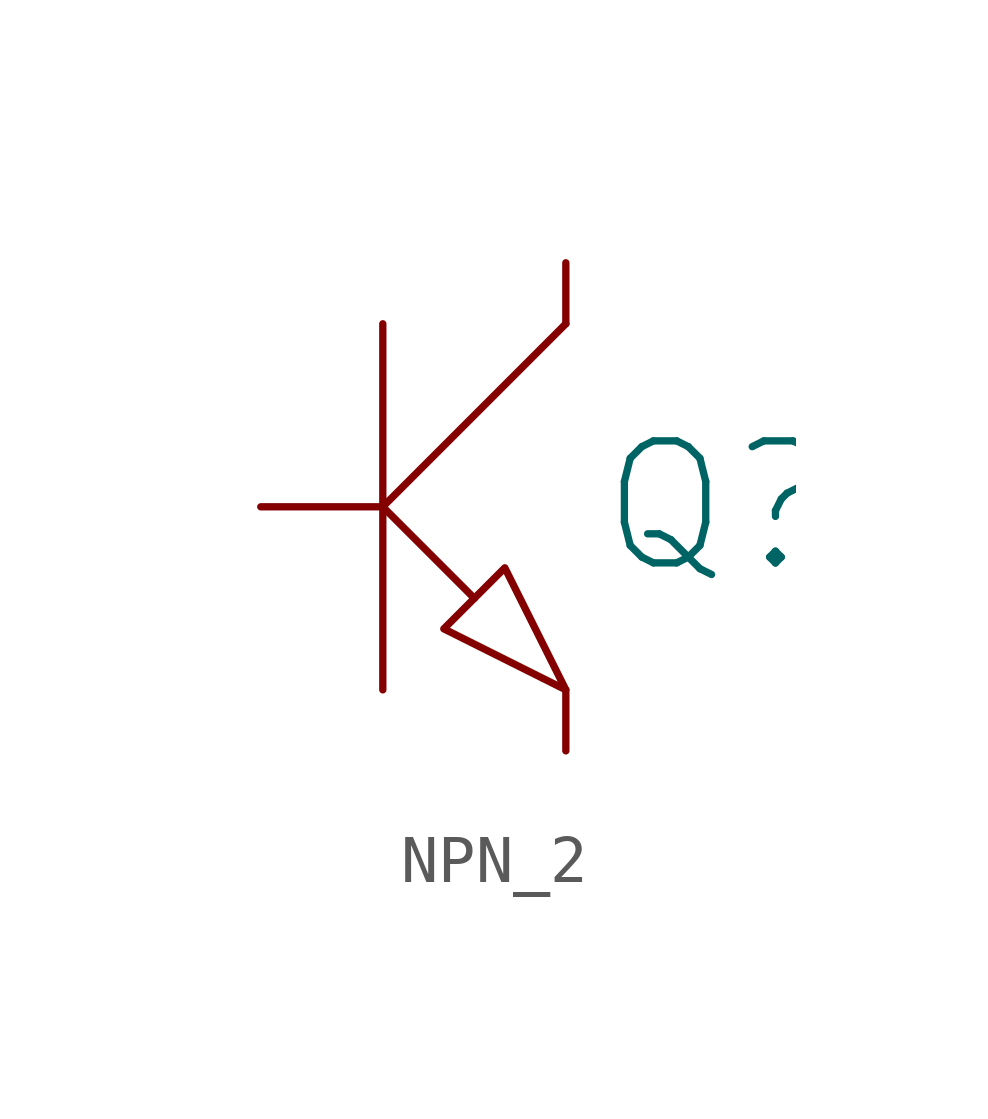
<source format=kicad_sym>
(kicad_symbol_lib
  (version 20220914)
  (generator kicad_symbol_editor)
  (symbol "NPN_2"
    (pin_names
      (offset 1.016))
    (property "Reference" "Q"
      (at 6.985 -5.08 0)
      (effects (font (size 2.54 2.54)) (justify left)))
    (symbol "NPN_2_0_0"
      (polyline (pts (xy 4.445 -6.985) (xy 2.54 -5.08)) (stroke (width 0) (type default)) (fill (type none)))
      (polyline (pts (xy 6.35 -8.89) (xy 5.08 -6.35) (xy 3.81 -7.62) (xy 6.35 -8.89)) (stroke (width 0) (type default)) (fill (type none))))
    (symbol "NPN_2_0_1"
      (polyline (pts (xy 2.54 -5.08) (xy 6.35 -1.27)) (stroke (width 0) (type default)) (fill (type none)))
      (polyline (pts (xy 2.54 -1.27) (xy 2.54 -8.89)) (stroke (width 0) (type default)) (fill (type none))))
    (symbol "NPN_2_1_1"
      (pin input line (at 0 -5.08 0) (length 2.54) (name "" (effects (font (size 1.27 1.27)))) (number "" (effects (font (size 1.143 1.143)))))
      (pin input line (at 6.35 -10.16 90) (length 1.27) (name "" (effects (font (size 1.27 1.27)))) (number "" (effects (font (size 1.143 1.143)))))
      (pin input line (at 6.35 0 270) (length 1.27) (name "" (effects (font (size 1.27 1.27)))) (number "" (effects (font (size 1.143 1.143))))))))
</source>
